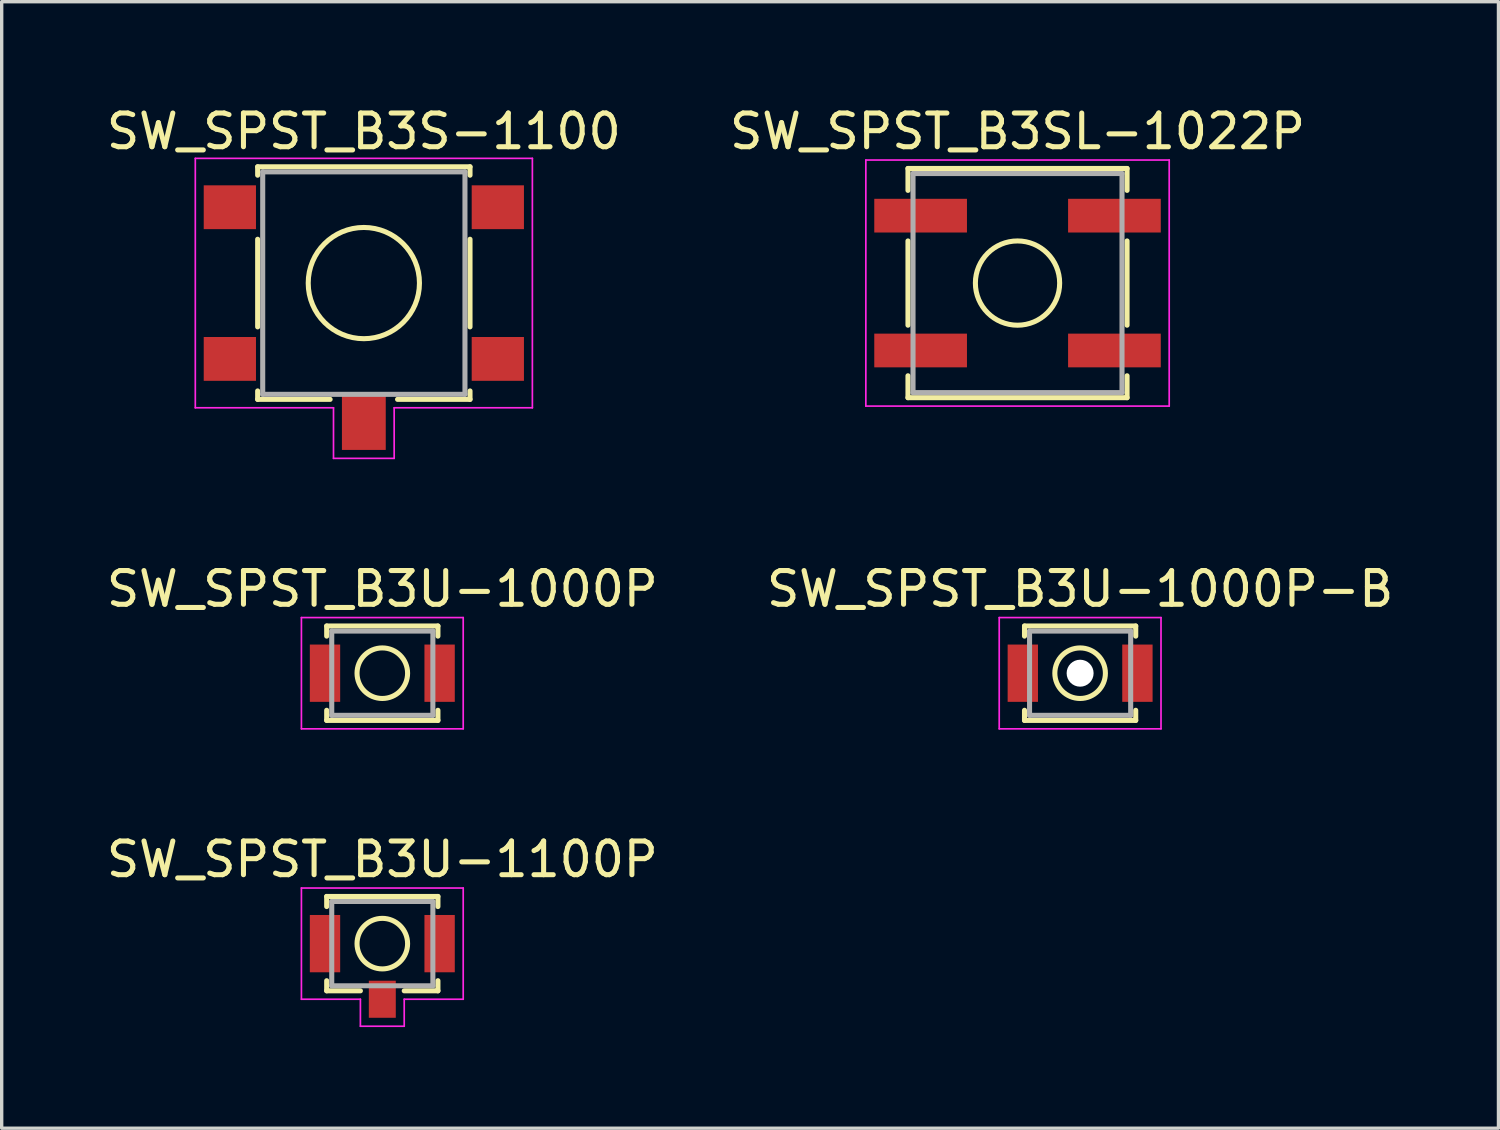
<source format=kicad_pcb>
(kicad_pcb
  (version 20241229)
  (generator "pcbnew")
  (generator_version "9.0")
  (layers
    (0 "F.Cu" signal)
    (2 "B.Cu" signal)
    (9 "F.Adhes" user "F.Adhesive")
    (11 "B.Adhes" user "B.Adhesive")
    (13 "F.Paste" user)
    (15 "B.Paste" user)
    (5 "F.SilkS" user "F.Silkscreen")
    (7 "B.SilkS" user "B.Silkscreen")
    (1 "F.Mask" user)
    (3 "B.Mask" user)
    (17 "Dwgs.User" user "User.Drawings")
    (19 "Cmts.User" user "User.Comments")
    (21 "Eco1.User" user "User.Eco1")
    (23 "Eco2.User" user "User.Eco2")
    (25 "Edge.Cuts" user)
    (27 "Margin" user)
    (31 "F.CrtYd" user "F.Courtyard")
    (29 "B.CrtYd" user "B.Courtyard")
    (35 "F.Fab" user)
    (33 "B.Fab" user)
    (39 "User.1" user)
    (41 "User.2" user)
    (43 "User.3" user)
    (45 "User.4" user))
  (footprint "SW_SPST_B3U-1000P-B"
    (layer "F.Cu")
    (at 28.994 16.922)
    (property "Reference" "SW_SPST_B3U-1000P-B" (at 0 -2.5 0) (layer "F.SilkS") (effects (font (size 1 1) (thickness 0.15))))
    (attr smd)
    (fp_line (start -1.65 -1.4) (end 1.65 -1.4) (stroke (width 0.15) (type solid)) (layer "F.SilkS"))
    (fp_line (start -1.65 -1.1) (end -1.65 -1.4) (stroke (width 0.15) (type solid)) (layer "F.SilkS"))
    (fp_line (start -1.65 1.1) (end -1.65 1.4) (stroke (width 0.15) (type solid)) (layer "F.SilkS"))
    (fp_line (start -1.65 1.4) (end 1.65 1.4) (stroke (width 0.15) (type solid)) (layer "F.SilkS"))
    (fp_line (start 1.65 -1.4) (end 1.65 -1.1) (stroke (width 0.15) (type solid)) (layer "F.SilkS"))
    (fp_line (start 1.65 1.4) (end 1.65 1.1) (stroke (width 0.15) (type solid)) (layer "F.SilkS"))
    (fp_circle (center 0 0) (end 0.75 0) (stroke (width 0.15) (type solid)) (fill no) (layer "F.SilkS"))
    (fp_line (start -2.4 -1.65) (end -2.4 1.65) (stroke (width 0.05) (type solid)) (layer "F.CrtYd"))
    (fp_line (start -2.4 1.65) (end 2.4 1.65) (stroke (width 0.05) (type solid)) (layer "F.CrtYd"))
    (fp_line (start 2.4 -1.65) (end -2.4 -1.65) (stroke (width 0.05) (type solid)) (layer "F.CrtYd"))
    (fp_line (start 2.4 1.65) (end 2.4 -1.65) (stroke (width 0.05) (type solid)) (layer "F.CrtYd"))
    (fp_line (start -1.5 -1.25) (end 1.5 -1.25) (stroke (width 0.15) (type solid)) (layer "F.Fab"))
    (fp_line (start -1.5 1.25) (end -1.5 -1.25) (stroke (width 0.15) (type solid)) (layer "F.Fab"))
    (fp_line (start 1.5 -1.25) (end 1.5 1.25) (stroke (width 0.15) (type solid)) (layer "F.Fab"))
    (fp_line (start 1.5 1.25) (end -1.5 1.25) (stroke (width 0.15) (type solid)) (layer "F.Fab"))
    (pad "" np_thru_hole circle (at 0 0) (size 0.8 0.8) (drill 0.8) (layers "*.Cu" "*.Mask"))
    (pad "1" smd rect (at -1.7 0) (size 0.9 1.7) (layers "F.Cu" "F.Mask" "F.Paste"))
    (pad "2" smd rect (at 1.7 0) (size 0.9 1.7) (layers "F.Cu" "F.Mask" "F.Paste")))
  (footprint "SW_SPST_B3U-1000P"
    (layer "F.Cu")
    (at 8.292 16.922)
    (property "Reference" "SW_SPST_B3U-1000P" (at 0 -2.5 0) (layer "F.SilkS") (effects (font (size 1 1) (thickness 0.15))))
    (attr smd)
    (fp_line (start -1.65 -1.4) (end 1.65 -1.4) (stroke (width 0.15) (type solid)) (layer "F.SilkS"))
    (fp_line (start -1.65 -1.1) (end -1.65 -1.4) (stroke (width 0.15) (type solid)) (layer "F.SilkS"))
    (fp_line (start -1.65 1.1) (end -1.65 1.4) (stroke (width 0.15) (type solid)) (layer "F.SilkS"))
    (fp_line (start -1.65 1.4) (end 1.65 1.4) (stroke (width 0.15) (type solid)) (layer "F.SilkS"))
    (fp_line (start 1.65 -1.4) (end 1.65 -1.1) (stroke (width 0.15) (type solid)) (layer "F.SilkS"))
    (fp_line (start 1.65 1.4) (end 1.65 1.1) (stroke (width 0.15) (type solid)) (layer "F.SilkS"))
    (fp_circle (center 0 0) (end 0.75 0) (stroke (width 0.15) (type solid)) (fill no) (layer "F.SilkS"))
    (fp_line (start -2.4 -1.65) (end -2.4 1.65) (stroke (width 0.05) (type solid)) (layer "F.CrtYd"))
    (fp_line (start -2.4 1.65) (end 2.4 1.65) (stroke (width 0.05) (type solid)) (layer "F.CrtYd"))
    (fp_line (start 2.4 -1.65) (end -2.4 -1.65) (stroke (width 0.05) (type solid)) (layer "F.CrtYd"))
    (fp_line (start 2.4 1.65) (end 2.4 -1.65) (stroke (width 0.05) (type solid)) (layer "F.CrtYd"))
    (fp_line (start -1.5 -1.25) (end 1.5 -1.25) (stroke (width 0.15) (type solid)) (layer "F.Fab"))
    (fp_line (start -1.5 1.25) (end -1.5 -1.25) (stroke (width 0.15) (type solid)) (layer "F.Fab"))
    (fp_line (start 1.5 -1.25) (end 1.5 1.25) (stroke (width 0.15) (type solid)) (layer "F.Fab"))
    (fp_line (start 1.5 1.25) (end -1.5 1.25) (stroke (width 0.15) (type solid)) (layer "F.Fab"))
    (pad "1" smd rect (at -1.7 0) (size 0.9 1.7) (layers "F.Cu" "F.Mask" "F.Paste"))
    (pad "2" smd rect (at 1.7 0) (size 0.9 1.7) (layers "F.Cu" "F.Mask" "F.Paste")))
  (footprint "SW_SPST_B3SL-1022P"
    (layer "F.Cu")
    (at 27.137 5.348)
    (property "Reference" "SW_SPST_B3SL-1022P" (at 0 -4.5 0) (layer "F.SilkS") (effects (font (size 1 1) (thickness 0.15))))
    (attr smd)
    (fp_line (start -3.25 -3.4) (end -3.25 -2.75) (stroke (width 0.15) (type solid)) (layer "F.SilkS"))
    (fp_line (start -3.25 -1.25) (end -3.25 1.25) (stroke (width 0.15) (type solid)) (layer "F.SilkS"))
    (fp_line (start -3.25 3.4) (end -3.25 2.75) (stroke (width 0.15) (type solid)) (layer "F.SilkS"))
    (fp_line (start 3.25 -3.4) (end -3.25 -3.4) (stroke (width 0.15) (type solid)) (layer "F.SilkS"))
    (fp_line (start 3.25 -2.75) (end 3.25 -3.4) (stroke (width 0.15) (type solid)) (layer "F.SilkS"))
    (fp_line (start 3.25 -1.25) (end 3.25 1.25) (stroke (width 0.15) (type solid)) (layer "F.SilkS"))
    (fp_line (start 3.25 2.75) (end 3.25 3.4) (stroke (width 0.15) (type solid)) (layer "F.SilkS"))
    (fp_line (start 3.25 3.4) (end -3.25 3.4) (stroke (width 0.15) (type solid)) (layer "F.SilkS"))
    (fp_circle (center 0 0) (end 1.25 0) (stroke (width 0.15) (type solid)) (fill no) (layer "F.SilkS"))
    (fp_line (start -4.5 -3.65) (end -4.5 3.65) (stroke (width 0.05) (type solid)) (layer "F.CrtYd"))
    (fp_line (start -4.5 3.65) (end 4.5 3.65) (stroke (width 0.05) (type solid)) (layer "F.CrtYd"))
    (fp_line (start 4.5 -3.65) (end -4.5 -3.65) (stroke (width 0.05) (type solid)) (layer "F.CrtYd"))
    (fp_line (start 4.5 3.65) (end 4.5 -3.65) (stroke (width 0.05) (type solid)) (layer "F.CrtYd"))
    (fp_line (start -3.1 -3.25) (end 3.1 -3.25) (stroke (width 0.15) (type solid)) (layer "F.Fab"))
    (fp_line (start -3.1 3.25) (end -3.1 -3.25) (stroke (width 0.15) (type solid)) (layer "F.Fab"))
    (fp_line (start 3.1 -3.25) (end 3.1 3.25) (stroke (width 0.15) (type solid)) (layer "F.Fab"))
    (fp_line (start 3.1 3.25) (end -3.1 3.25) (stroke (width 0.15) (type solid)) (layer "F.Fab"))
    (pad "1" smd rect (at -2.875 -2) (size 2.75 1) (layers "F.Cu" "F.Mask" "F.Paste"))
    (pad "1" smd rect (at 2.875 -2) (size 2.75 1) (layers "F.Cu" "F.Mask" "F.Paste"))
    (pad "2" smd rect (at -2.875 2) (size 2.75 1) (layers "F.Cu" "F.Mask" "F.Paste"))
    (pad "2" smd rect (at 2.875 2) (size 2.75 1) (layers "F.Cu" "F.Mask" "F.Paste")))
  (footprint "SW_SPST_B3S-1100"
    (layer "F.Cu")
    (at 7.744 5.348)
    (property "Reference" "SW_SPST_B3S-1100" (at 0 -4.5 0) (layer "F.SilkS") (effects (font (size 1 1) (thickness 0.15))))
    (attr smd)
    (fp_line (start -3.15 -3.45) (end 3.15 -3.45) (stroke (width 0.15) (type solid)) (layer "F.SilkS"))
    (fp_line (start -3.15 -3.2) (end -3.15 -3.45) (stroke (width 0.15) (type solid)) (layer "F.SilkS"))
    (fp_line (start -3.15 1.3) (end -3.15 -1.3) (stroke (width 0.15) (type solid)) (layer "F.SilkS"))
    (fp_line (start -3.15 3.45) (end -3.15 3.2) (stroke (width 0.15) (type solid)) (layer "F.SilkS"))
    (fp_line (start -3.15 3.45) (end -1 3.45) (stroke (width 0.15) (type solid)) (layer "F.SilkS"))
    (fp_line (start 3.15 -3.45) (end 3.15 -3.2) (stroke (width 0.15) (type solid)) (layer "F.SilkS"))
    (fp_line (start 3.15 -1.3) (end 3.15 1.3) (stroke (width 0.15) (type solid)) (layer "F.SilkS"))
    (fp_line (start 3.15 3.2) (end 3.15 3.45) (stroke (width 0.15) (type solid)) (layer "F.SilkS"))
    (fp_line (start 3.15 3.45) (end 1 3.45) (stroke (width 0.15) (type solid)) (layer "F.SilkS"))
    (fp_circle (center 0 0) (end 1.65 0) (stroke (width 0.15) (type solid)) (fill no) (layer "F.SilkS"))
    (fp_line (start -5 -3.7) (end -5 3.7) (stroke (width 0.05) (type solid)) (layer "F.CrtYd"))
    (fp_line (start -5 3.7) (end -0.9 3.7) (stroke (width 0.05) (type solid)) (layer "F.CrtYd"))
    (fp_line (start -0.9 3.7) (end -0.9 5.2) (stroke (width 0.05) (type solid)) (layer "F.CrtYd"))
    (fp_line (start -0.9 5.2) (end 0.9 5.2) (stroke (width 0.05) (type solid)) (layer "F.CrtYd"))
    (fp_line (start 0.9 5.2) (end 0.9 3.7) (stroke (width 0.05) (type solid)) (layer "F.CrtYd"))
    (fp_line (start 5 -3.7) (end -5 -3.7) (stroke (width 0.05) (type solid)) (layer "F.CrtYd"))
    (fp_line (start 5 3.7) (end 0.9 3.7) (stroke (width 0.05) (type solid)) (layer "F.CrtYd"))
    (fp_line (start 5 3.7) (end 5 -3.7) (stroke (width 0.05) (type solid)) (layer "F.CrtYd"))
    (fp_line (start -3 -3.3) (end 3 -3.3) (stroke (width 0.15) (type solid)) (layer "F.Fab"))
    (fp_line (start -3 3.3) (end -3 -3.3) (stroke (width 0.15) (type solid)) (layer "F.Fab"))
    (fp_line (start 3 -3.3) (end 3 3.3) (stroke (width 0.15) (type solid)) (layer "F.Fab"))
    (fp_line (start 3 3.3) (end -3 3.3) (stroke (width 0.15) (type solid)) (layer "F.Fab"))
    (pad "1" smd rect (at -3.975 -2.25) (size 1.55 1.3) (layers "F.Cu" "F.Mask" "F.Paste"))
    (pad "1" smd rect (at 3.975 -2.25) (size 1.55 1.3) (layers "F.Cu" "F.Mask" "F.Paste"))
    (pad "2" smd rect (at -3.975 2.25) (size 1.55 1.3) (layers "F.Cu" "F.Mask" "F.Paste"))
    (pad "2" smd rect (at 3.975 2.25) (size 1.55 1.3) (layers "F.Cu" "F.Mask" "F.Paste"))
    (pad "3" smd rect (at 0 4.1) (size 1.3 1.7) (layers "F.Cu" "F.Mask" "F.Paste")))
  (footprint "SW_SPST_B3U-1100P"
    (layer "F.Cu")
    (at 8.292 24.945)
    (property "Reference" "SW_SPST_B3U-1100P" (at 0 -2.5 0) (layer "F.SilkS") (effects (font (size 1 1) (thickness 0.15))))
    (attr smd)
    (fp_line (start -1.65 -1.4) (end 1.65 -1.4) (stroke (width 0.15) (type solid)) (layer "F.SilkS"))
    (fp_line (start -1.65 -1.1) (end -1.65 -1.4) (stroke (width 0.15) (type solid)) (layer "F.SilkS"))
    (fp_line (start -1.65 1.1) (end -1.65 1.4) (stroke (width 0.15) (type solid)) (layer "F.SilkS"))
    (fp_line (start -1.65 1.4) (end -0.65 1.4) (stroke (width 0.15) (type solid)) (layer "F.SilkS"))
    (fp_line (start 1.65 -1.4) (end 1.65 -1.1) (stroke (width 0.15) (type solid)) (layer "F.SilkS"))
    (fp_line (start 1.65 1.4) (end 0.65 1.4) (stroke (width 0.15) (type solid)) (layer "F.SilkS"))
    (fp_line (start 1.65 1.4) (end 1.65 1.1) (stroke (width 0.15) (type solid)) (layer "F.SilkS"))
    (fp_circle (center 0 0) (end 0.75 0) (stroke (width 0.15) (type solid)) (fill no) (layer "F.SilkS"))
    (fp_line (start -2.4 -1.65) (end -2.4 1.65) (stroke (width 0.05) (type solid)) (layer "F.CrtYd"))
    (fp_line (start -2.4 1.65) (end -0.65 1.65) (stroke (width 0.05) (type solid)) (layer "F.CrtYd"))
    (fp_line (start -0.65 1.65) (end -0.65 2.45) (stroke (width 0.05) (type solid)) (layer "F.CrtYd"))
    (fp_line (start -0.65 2.45) (end 0.65 2.45) (stroke (width 0.05) (type solid)) (layer "F.CrtYd"))
    (fp_line (start 0.65 1.65) (end 2.4 1.65) (stroke (width 0.05) (type solid)) (layer "F.CrtYd"))
    (fp_line (start 0.65 2.45) (end 0.65 1.65) (stroke (width 0.05) (type solid)) (layer "F.CrtYd"))
    (fp_line (start 2.4 -1.65) (end -2.4 -1.65) (stroke (width 0.05) (type solid)) (layer "F.CrtYd"))
    (fp_line (start 2.4 1.65) (end 2.4 -1.65) (stroke (width 0.05) (type solid)) (layer "F.CrtYd"))
    (fp_line (start -1.5 -1.25) (end 1.5 -1.25) (stroke (width 0.15) (type solid)) (layer "F.Fab"))
    (fp_line (start -1.5 1.25) (end -1.5 -1.25) (stroke (width 0.15) (type solid)) (layer "F.Fab"))
    (fp_line (start 1.5 -1.25) (end 1.5 1.25) (stroke (width 0.15) (type solid)) (layer "F.Fab"))
    (fp_line (start 1.5 1.25) (end -1.5 1.25) (stroke (width 0.15) (type solid)) (layer "F.Fab"))
    (pad "1" smd rect (at -1.7 0) (size 0.9 1.7) (layers "F.Cu" "F.Mask" "F.Paste"))
    (pad "2" smd rect (at 1.7 0) (size 0.9 1.7) (layers "F.Cu" "F.Mask" "F.Paste"))
    (pad "3" smd rect (at 0 1.65) (size 0.8 1.1) (layers "F.Cu" "F.Mask" "F.Paste")))
  (gr_rect
    (start -3 -3)
    (end 41.405 30.42)
    (stroke (width 0.1) (type default))
    (fill no)
    (layer "Edge.Cuts")))
</source>
